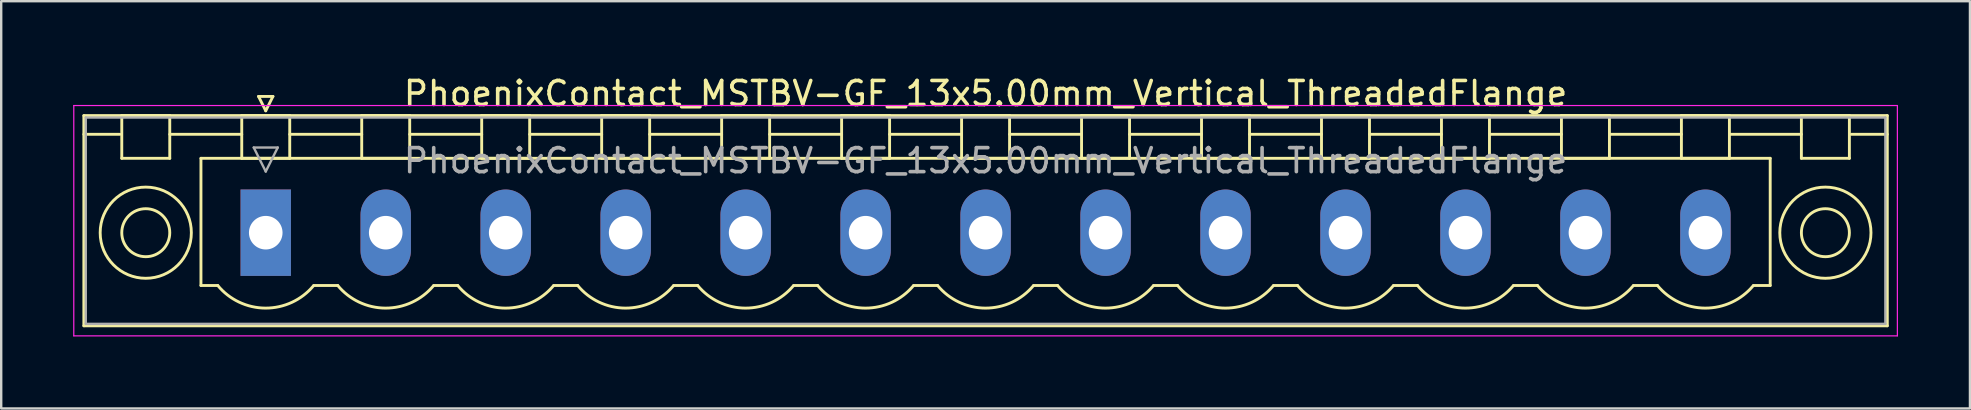
<source format=kicad_pcb>
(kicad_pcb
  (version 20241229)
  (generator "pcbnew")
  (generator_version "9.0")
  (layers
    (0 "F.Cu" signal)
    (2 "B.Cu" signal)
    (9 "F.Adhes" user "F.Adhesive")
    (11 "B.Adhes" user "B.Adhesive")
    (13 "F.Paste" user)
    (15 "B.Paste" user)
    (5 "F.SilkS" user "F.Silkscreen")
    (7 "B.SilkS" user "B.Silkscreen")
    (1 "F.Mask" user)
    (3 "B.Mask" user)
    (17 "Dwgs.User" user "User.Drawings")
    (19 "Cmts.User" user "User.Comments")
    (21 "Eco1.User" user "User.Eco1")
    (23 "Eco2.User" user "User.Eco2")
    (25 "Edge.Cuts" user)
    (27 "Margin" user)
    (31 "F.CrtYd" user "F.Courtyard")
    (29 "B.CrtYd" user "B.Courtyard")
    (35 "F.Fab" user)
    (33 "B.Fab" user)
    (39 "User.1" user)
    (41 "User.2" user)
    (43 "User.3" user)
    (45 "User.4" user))
  (footprint "PhoenixContact_MSTBV-GF_13x5.00mm_Vertical_ThreadedFlange"
    (layer "F.Cu")
    (at 8.025 6.648)
    (property "Reference" "PhoenixContact_MSTBV-GF_13x5.00mm_Vertical_ThreadedFlange" (at 30 -5.8 0) (layer "F.SilkS") (effects (font (size 1 1) (thickness 0.15))))
    (attr through_hole)
    (fp_line (start -7.58 -4.88) (end -7.58 3.88) (stroke (width 0.12) (type solid)) (layer "F.SilkS"))
    (fp_line (start -7.58 -4.1) (end -6.08 -4.1) (stroke (width 0.12) (type solid)) (layer "F.SilkS"))
    (fp_line (start -7.58 3.88) (end 67.58 3.88) (stroke (width 0.12) (type solid)) (layer "F.SilkS"))
    (fp_line (start -6 -4.88) (end -4 -4.88) (stroke (width 0.12) (type solid)) (layer "F.SilkS"))
    (fp_line (start -6 -3.1) (end -6 -4.88) (stroke (width 0.12) (type solid)) (layer "F.SilkS"))
    (fp_line (start -4 -4.88) (end -4 -3.1) (stroke (width 0.12) (type solid)) (layer "F.SilkS"))
    (fp_line (start -4 -4.1) (end -1 -4.1) (stroke (width 0.12) (type solid)) (layer "F.SilkS"))
    (fp_line (start -4 -3.1) (end -6 -3.1) (stroke (width 0.12) (type solid)) (layer "F.SilkS"))
    (fp_line (start -2.7 -3.1) (end 62.7 -3.1) (stroke (width 0.12) (type solid)) (layer "F.SilkS"))
    (fp_line (start -2.7 2.2) (end -2.7 -3.1) (stroke (width 0.12) (type solid)) (layer "F.SilkS"))
    (fp_line (start -2 2.2) (end -2.7 2.2) (stroke (width 0.12) (type solid)) (layer "F.SilkS"))
    (fp_line (start -1 -4.88) (end 1 -4.88) (stroke (width 0.12) (type solid)) (layer "F.SilkS"))
    (fp_line (start -1 -3.1) (end -1 -4.88) (stroke (width 0.12) (type solid)) (layer "F.SilkS"))
    (fp_line (start -0.3 -5.68) (end 0.3 -5.68) (stroke (width 0.12) (type solid)) (layer "F.SilkS"))
    (fp_line (start 0 -5.08) (end -0.3 -5.68) (stroke (width 0.12) (type solid)) (layer "F.SilkS"))
    (fp_line (start 0.3 -5.68) (end 0 -5.08) (stroke (width 0.12) (type solid)) (layer "F.SilkS"))
    (fp_line (start 1 -4.88) (end 1 -3.1) (stroke (width 0.12) (type solid)) (layer "F.SilkS"))
    (fp_line (start 1 -4.1) (end 4 -4.1) (stroke (width 0.12) (type solid)) (layer "F.SilkS"))
    (fp_line (start 1 -3.1) (end -1 -3.1) (stroke (width 0.12) (type solid)) (layer "F.SilkS"))
    (fp_line (start 2 2.2) (end 3 2.2) (stroke (width 0.12) (type solid)) (layer "F.SilkS"))
    (fp_line (start 4 -4.88) (end 6 -4.88) (stroke (width 0.12) (type solid)) (layer "F.SilkS"))
    (fp_line (start 4 -3.1) (end 4 -4.88) (stroke (width 0.12) (type solid)) (layer "F.SilkS"))
    (fp_line (start 6 -4.88) (end 6 -3.1) (stroke (width 0.12) (type solid)) (layer "F.SilkS"))
    (fp_line (start 6 -4.1) (end 9 -4.1) (stroke (width 0.12) (type solid)) (layer "F.SilkS"))
    (fp_line (start 6 -3.1) (end 4 -3.1) (stroke (width 0.12) (type solid)) (layer "F.SilkS"))
    (fp_line (start 7 2.2) (end 8 2.2) (stroke (width 0.12) (type solid)) (layer "F.SilkS"))
    (fp_line (start 9 -4.88) (end 11 -4.88) (stroke (width 0.12) (type solid)) (layer "F.SilkS"))
    (fp_line (start 9 -3.1) (end 9 -4.88) (stroke (width 0.12) (type solid)) (layer "F.SilkS"))
    (fp_line (start 11 -4.88) (end 11 -3.1) (stroke (width 0.12) (type solid)) (layer "F.SilkS"))
    (fp_line (start 11 -4.1) (end 14 -4.1) (stroke (width 0.12) (type solid)) (layer "F.SilkS"))
    (fp_line (start 11 -3.1) (end 9 -3.1) (stroke (width 0.12) (type solid)) (layer "F.SilkS"))
    (fp_line (start 12 2.2) (end 13 2.2) (stroke (width 0.12) (type solid)) (layer "F.SilkS"))
    (fp_line (start 14 -4.88) (end 16 -4.88) (stroke (width 0.12) (type solid)) (layer "F.SilkS"))
    (fp_line (start 14 -3.1) (end 14 -4.88) (stroke (width 0.12) (type solid)) (layer "F.SilkS"))
    (fp_line (start 16 -4.88) (end 16 -3.1) (stroke (width 0.12) (type solid)) (layer "F.SilkS"))
    (fp_line (start 16 -4.1) (end 19 -4.1) (stroke (width 0.12) (type solid)) (layer "F.SilkS"))
    (fp_line (start 16 -3.1) (end 14 -3.1) (stroke (width 0.12) (type solid)) (layer "F.SilkS"))
    (fp_line (start 17 2.2) (end 18 2.2) (stroke (width 0.12) (type solid)) (layer "F.SilkS"))
    (fp_line (start 19 -4.88) (end 21 -4.88) (stroke (width 0.12) (type solid)) (layer "F.SilkS"))
    (fp_line (start 19 -3.1) (end 19 -4.88) (stroke (width 0.12) (type solid)) (layer "F.SilkS"))
    (fp_line (start 21 -4.88) (end 21 -3.1) (stroke (width 0.12) (type solid)) (layer "F.SilkS"))
    (fp_line (start 21 -4.1) (end 24 -4.1) (stroke (width 0.12) (type solid)) (layer "F.SilkS"))
    (fp_line (start 21 -3.1) (end 19 -3.1) (stroke (width 0.12) (type solid)) (layer "F.SilkS"))
    (fp_line (start 22 2.2) (end 23 2.2) (stroke (width 0.12) (type solid)) (layer "F.SilkS"))
    (fp_line (start 24 -4.88) (end 26 -4.88) (stroke (width 0.12) (type solid)) (layer "F.SilkS"))
    (fp_line (start 24 -3.1) (end 24 -4.88) (stroke (width 0.12) (type solid)) (layer "F.SilkS"))
    (fp_line (start 26 -4.88) (end 26 -3.1) (stroke (width 0.12) (type solid)) (layer "F.SilkS"))
    (fp_line (start 26 -4.1) (end 29 -4.1) (stroke (width 0.12) (type solid)) (layer "F.SilkS"))
    (fp_line (start 26 -3.1) (end 24 -3.1) (stroke (width 0.12) (type solid)) (layer "F.SilkS"))
    (fp_line (start 27 2.2) (end 28 2.2) (stroke (width 0.12) (type solid)) (layer "F.SilkS"))
    (fp_line (start 29 -4.88) (end 31 -4.88) (stroke (width 0.12) (type solid)) (layer "F.SilkS"))
    (fp_line (start 29 -3.1) (end 29 -4.88) (stroke (width 0.12) (type solid)) (layer "F.SilkS"))
    (fp_line (start 31 -4.88) (end 31 -3.1) (stroke (width 0.12) (type solid)) (layer "F.SilkS"))
    (fp_line (start 31 -4.1) (end 34 -4.1) (stroke (width 0.12) (type solid)) (layer "F.SilkS"))
    (fp_line (start 31 -3.1) (end 29 -3.1) (stroke (width 0.12) (type solid)) (layer "F.SilkS"))
    (fp_line (start 32 2.2) (end 33 2.2) (stroke (width 0.12) (type solid)) (layer "F.SilkS"))
    (fp_line (start 34 -4.88) (end 36 -4.88) (stroke (width 0.12) (type solid)) (layer "F.SilkS"))
    (fp_line (start 34 -3.1) (end 34 -4.88) (stroke (width 0.12) (type solid)) (layer "F.SilkS"))
    (fp_line (start 36 -4.88) (end 36 -3.1) (stroke (width 0.12) (type solid)) (layer "F.SilkS"))
    (fp_line (start 36 -4.1) (end 39 -4.1) (stroke (width 0.12) (type solid)) (layer "F.SilkS"))
    (fp_line (start 36 -3.1) (end 34 -3.1) (stroke (width 0.12) (type solid)) (layer "F.SilkS"))
    (fp_line (start 37 2.2) (end 38 2.2) (stroke (width 0.12) (type solid)) (layer "F.SilkS"))
    (fp_line (start 39 -4.88) (end 41 -4.88) (stroke (width 0.12) (type solid)) (layer "F.SilkS"))
    (fp_line (start 39 -3.1) (end 39 -4.88) (stroke (width 0.12) (type solid)) (layer "F.SilkS"))
    (fp_line (start 41 -4.88) (end 41 -3.1) (stroke (width 0.12) (type solid)) (layer "F.SilkS"))
    (fp_line (start 41 -4.1) (end 44 -4.1) (stroke (width 0.12) (type solid)) (layer "F.SilkS"))
    (fp_line (start 41 -3.1) (end 39 -3.1) (stroke (width 0.12) (type solid)) (layer "F.SilkS"))
    (fp_line (start 42 2.2) (end 43 2.2) (stroke (width 0.12) (type solid)) (layer "F.SilkS"))
    (fp_line (start 44 -4.88) (end 46 -4.88) (stroke (width 0.12) (type solid)) (layer "F.SilkS"))
    (fp_line (start 44 -3.1) (end 44 -4.88) (stroke (width 0.12) (type solid)) (layer "F.SilkS"))
    (fp_line (start 46 -4.88) (end 46 -3.1) (stroke (width 0.12) (type solid)) (layer "F.SilkS"))
    (fp_line (start 46 -4.1) (end 49 -4.1) (stroke (width 0.12) (type solid)) (layer "F.SilkS"))
    (fp_line (start 46 -3.1) (end 44 -3.1) (stroke (width 0.12) (type solid)) (layer "F.SilkS"))
    (fp_line (start 47 2.2) (end 48 2.2) (stroke (width 0.12) (type solid)) (layer "F.SilkS"))
    (fp_line (start 49 -4.88) (end 51 -4.88) (stroke (width 0.12) (type solid)) (layer "F.SilkS"))
    (fp_line (start 49 -3.1) (end 49 -4.88) (stroke (width 0.12) (type solid)) (layer "F.SilkS"))
    (fp_line (start 51 -4.88) (end 51 -3.1) (stroke (width 0.12) (type solid)) (layer "F.SilkS"))
    (fp_line (start 51 -4.1) (end 54 -4.1) (stroke (width 0.12) (type solid)) (layer "F.SilkS"))
    (fp_line (start 51 -3.1) (end 49 -3.1) (stroke (width 0.12) (type solid)) (layer "F.SilkS"))
    (fp_line (start 52 2.2) (end 53 2.2) (stroke (width 0.12) (type solid)) (layer "F.SilkS"))
    (fp_line (start 54 -4.88) (end 56 -4.88) (stroke (width 0.12) (type solid)) (layer "F.SilkS"))
    (fp_line (start 54 -3.1) (end 54 -4.88) (stroke (width 0.12) (type solid)) (layer "F.SilkS"))
    (fp_line (start 56 -4.88) (end 56 -3.1) (stroke (width 0.12) (type solid)) (layer "F.SilkS"))
    (fp_line (start 56 -4.1) (end 59 -4.1) (stroke (width 0.12) (type solid)) (layer "F.SilkS"))
    (fp_line (start 56 -3.1) (end 54 -3.1) (stroke (width 0.12) (type solid)) (layer "F.SilkS"))
    (fp_line (start 57 2.2) (end 58 2.2) (stroke (width 0.12) (type solid)) (layer "F.SilkS"))
    (fp_line (start 59 -4.88) (end 61 -4.88) (stroke (width 0.12) (type solid)) (layer "F.SilkS"))
    (fp_line (start 59 -3.1) (end 59 -4.88) (stroke (width 0.12) (type solid)) (layer "F.SilkS"))
    (fp_line (start 61 -4.88) (end 61 -3.1) (stroke (width 0.12) (type solid)) (layer "F.SilkS"))
    (fp_line (start 61 -4.1) (end 64 -4.1) (stroke (width 0.12) (type solid)) (layer "F.SilkS"))
    (fp_line (start 61 -3.1) (end 59 -3.1) (stroke (width 0.12) (type solid)) (layer "F.SilkS"))
    (fp_line (start 62.7 -3.1) (end 62.7 2.2) (stroke (width 0.12) (type solid)) (layer "F.SilkS"))
    (fp_line (start 62.7 2.2) (end 62 2.2) (stroke (width 0.12) (type solid)) (layer "F.SilkS"))
    (fp_line (start 64 -4.88) (end 66 -4.88) (stroke (width 0.12) (type solid)) (layer "F.SilkS"))
    (fp_line (start 64 -3.1) (end 64 -4.88) (stroke (width 0.12) (type solid)) (layer "F.SilkS"))
    (fp_line (start 66 -4.88) (end 66 -3.1) (stroke (width 0.12) (type solid)) (layer "F.SilkS"))
    (fp_line (start 66 -3.1) (end 64 -3.1) (stroke (width 0.12) (type solid)) (layer "F.SilkS"))
    (fp_line (start 67.58 -4.88) (end -7.58 -4.88) (stroke (width 0.12) (type solid)) (layer "F.SilkS"))
    (fp_line (start 67.58 -4.1) (end 66.08 -4.1) (stroke (width 0.12) (type solid)) (layer "F.SilkS"))
    (fp_line (start 67.58 3.88) (end 67.58 -4.88) (stroke (width 0.12) (type solid)) (layer "F.SilkS"))
    (fp_arc (start 1.986842 2.215821) (mid -0.010289 3.142758) (end -2 2.2) (stroke (width 0.12) (type solid)) (layer "F.SilkS"))
    (fp_arc (start 6.986842 2.215821) (mid 4.989711 3.142758) (end 3 2.2) (stroke (width 0.12) (type solid)) (layer "F.SilkS"))
    (fp_arc (start 11.986842 2.215821) (mid 9.989711 3.142758) (end 8 2.2) (stroke (width 0.12) (type solid)) (layer "F.SilkS"))
    (fp_arc (start 16.986842 2.215821) (mid 14.989711 3.142758) (end 13 2.2) (stroke (width 0.12) (type solid)) (layer "F.SilkS"))
    (fp_arc (start 21.986842 2.215821) (mid 19.989711 3.142758) (end 18 2.2) (stroke (width 0.12) (type solid)) (layer "F.SilkS"))
    (fp_arc (start 26.986842 2.215821) (mid 24.989711 3.142758) (end 23 2.2) (stroke (width 0.12) (type solid)) (layer "F.SilkS"))
    (fp_arc (start 31.986842 2.215821) (mid 29.989711 3.142758) (end 28 2.2) (stroke (width 0.12) (type solid)) (layer "F.SilkS"))
    (fp_arc (start 36.986842 2.215821) (mid 34.989711 3.142758) (end 33 2.2) (stroke (width 0.12) (type solid)) (layer "F.SilkS"))
    (fp_arc (start 41.986842 2.215821) (mid 39.989711 3.142758) (end 38 2.2) (stroke (width 0.12) (type solid)) (layer "F.SilkS"))
    (fp_arc (start 46.986842 2.215821) (mid 44.989711 3.142758) (end 43 2.2) (stroke (width 0.12) (type solid)) (layer "F.SilkS"))
    (fp_arc (start 51.986842 2.215821) (mid 49.989711 3.142758) (end 48 2.2) (stroke (width 0.12) (type solid)) (layer "F.SilkS"))
    (fp_arc (start 56.986842 2.215821) (mid 54.989711 3.142758) (end 53 2.2) (stroke (width 0.12) (type solid)) (layer "F.SilkS"))
    (fp_arc (start 61.986842 2.215821) (mid 59.989711 3.142758) (end 58 2.2) (stroke (width 0.12) (type solid)) (layer "F.SilkS"))
    (fp_circle (center -5 0) (end -4 0) (stroke (width 0.12) (type solid)) (fill no) (layer "F.SilkS"))
    (fp_circle (center -5 0) (end -3.1 0) (stroke (width 0.12) (type solid)) (fill no) (layer "F.SilkS"))
    (fp_circle (center 65 0) (end 66 0) (stroke (width 0.12) (type solid)) (fill no) (layer "F.SilkS"))
    (fp_circle (center 65 0) (end 66.9 0) (stroke (width 0.12) (type solid)) (fill no) (layer "F.SilkS"))
    (fp_line (start -8 -5.3) (end -8 4.3) (stroke (width 0.05) (type solid)) (layer "F.CrtYd"))
    (fp_line (start -8 4.3) (end 68 4.3) (stroke (width 0.05) (type solid)) (layer "F.CrtYd"))
    (fp_line (start 68 -5.3) (end -8 -5.3) (stroke (width 0.05) (type solid)) (layer "F.CrtYd"))
    (fp_line (start 68 4.3) (end 68 -5.3) (stroke (width 0.05) (type solid)) (layer "F.CrtYd"))
    (fp_line (start -7.5 -4.8) (end -7.5 3.8) (stroke (width 0.1) (type solid)) (layer "F.Fab"))
    (fp_line (start -7.5 3.8) (end 67.5 3.8) (stroke (width 0.1) (type solid)) (layer "F.Fab"))
    (fp_line (start -0.5 -3.55) (end 0.5 -3.55) (stroke (width 0.1) (type solid)) (layer "F.Fab"))
    (fp_line (start 0 -2.55) (end -0.5 -3.55) (stroke (width 0.1) (type solid)) (layer "F.Fab"))
    (fp_line (start 0.5 -3.55) (end 0 -2.55) (stroke (width 0.1) (type solid)) (layer "F.Fab"))
    (fp_line (start 67.5 -4.8) (end -7.5 -4.8) (stroke (width 0.1) (type solid)) (layer "F.Fab"))
    (fp_line (start 67.5 3.8) (end 67.5 -4.8) (stroke (width 0.1) (type solid)) (layer "F.Fab"))
    (fp_text user "${REFERENCE}" (at 30 -3 0) (layer "F.Fab") (effects (font (size 1 1) (thickness 0.15))))
    (pad "1" thru_hole rect (at 0 0) (size 2.1 3.6) (drill 1.4) (layers "*.Cu" "*.Mask"))
    (pad "2" thru_hole oval (at 5 0) (size 2.1 3.6) (drill 1.4) (layers "*.Cu" "*.Mask"))
    (pad "3" thru_hole oval (at 10 0) (size 2.1 3.6) (drill 1.4) (layers "*.Cu" "*.Mask"))
    (pad "4" thru_hole oval (at 15 0) (size 2.1 3.6) (drill 1.4) (layers "*.Cu" "*.Mask"))
    (pad "5" thru_hole oval (at 20 0) (size 2.1 3.6) (drill 1.4) (layers "*.Cu" "*.Mask"))
    (pad "6" thru_hole oval (at 25 0) (size 2.1 3.6) (drill 1.4) (layers "*.Cu" "*.Mask"))
    (pad "7" thru_hole oval (at 30 0) (size 2.1 3.6) (drill 1.4) (layers "*.Cu" "*.Mask"))
    (pad "8" thru_hole oval (at 35 0) (size 2.1 3.6) (drill 1.4) (layers "*.Cu" "*.Mask"))
    (pad "9" thru_hole oval (at 40 0) (size 2.1 3.6) (drill 1.4) (layers "*.Cu" "*.Mask"))
    (pad "10" thru_hole oval (at 45 0) (size 2.1 3.6) (drill 1.4) (layers "*.Cu" "*.Mask"))
    (pad "11" thru_hole oval (at 50 0) (size 2.1 3.6) (drill 1.4) (layers "*.Cu" "*.Mask"))
    (pad "12" thru_hole oval (at 55 0) (size 2.1 3.6) (drill 1.4) (layers "*.Cu" "*.Mask"))
    (pad "13" thru_hole oval (at 60 0) (size 2.1 3.6) (drill 1.4) (layers "*.Cu" "*.Mask")))
  (gr_rect
    (start -3 -3)
    (end 79.05 13.973)
    (stroke (width 0.1) (type default))
    (fill no)
    (layer "Edge.Cuts")))
</source>
